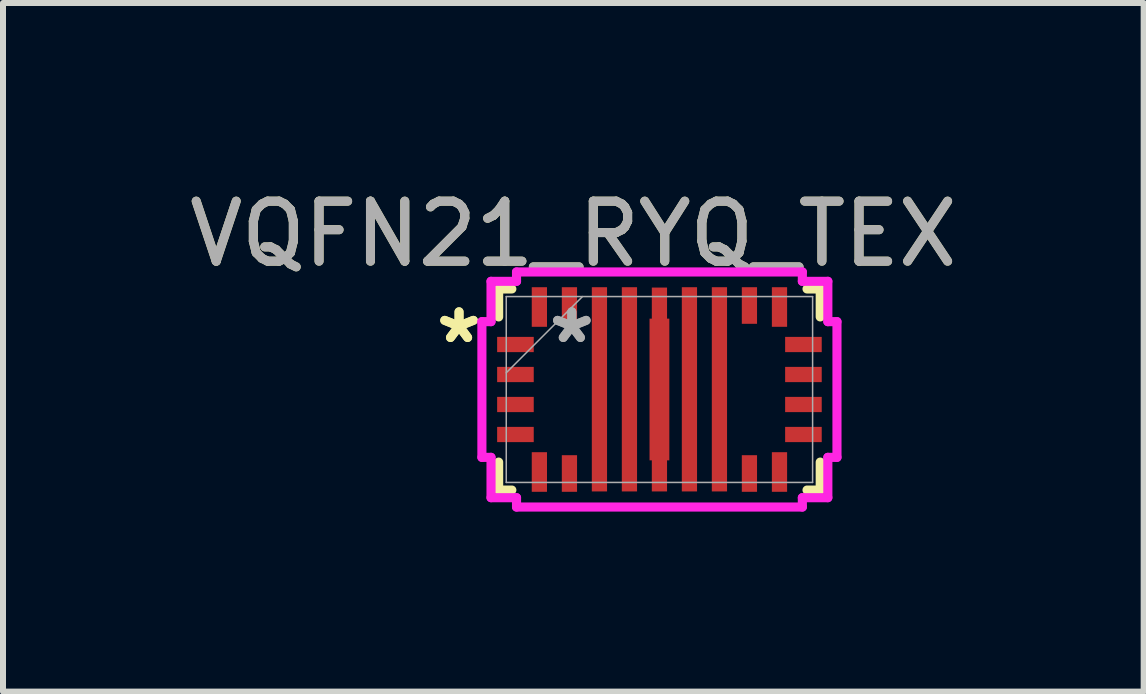
<source format=kicad_pcb>
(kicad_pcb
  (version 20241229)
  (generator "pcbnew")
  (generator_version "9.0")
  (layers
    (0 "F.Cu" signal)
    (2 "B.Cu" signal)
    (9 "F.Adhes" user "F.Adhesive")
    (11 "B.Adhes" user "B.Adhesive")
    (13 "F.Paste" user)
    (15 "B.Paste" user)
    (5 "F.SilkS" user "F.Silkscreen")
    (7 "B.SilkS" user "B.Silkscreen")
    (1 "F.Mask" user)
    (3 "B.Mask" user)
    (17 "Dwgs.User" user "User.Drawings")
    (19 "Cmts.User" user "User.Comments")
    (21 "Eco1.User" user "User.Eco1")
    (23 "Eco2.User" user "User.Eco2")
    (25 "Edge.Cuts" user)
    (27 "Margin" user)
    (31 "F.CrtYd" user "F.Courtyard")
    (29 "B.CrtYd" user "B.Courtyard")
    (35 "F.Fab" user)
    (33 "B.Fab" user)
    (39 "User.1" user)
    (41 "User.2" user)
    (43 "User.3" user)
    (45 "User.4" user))
  (footprint "VQFN21_RYQ_TEX"
    (layer "F.Cu")
    (at 7.941 3.442)
    (property "Reference" "VQFN21_RYQ_TEX" (at -1.435 -2.594 0) (unlocked yes) (layer "F.SilkS") (effects (font (size 1 1) (thickness 0.15))))
    (attr smd)
    (fp_poly (pts (xy -0.127 -1.699) (xy -0.127 -1.181) (xy -0.165 -1.181) (xy -0.165 1.181) (xy -0.127 1.181) (xy -0.127 1.699) (xy 0.127 1.699) (xy 0.127 1.181) (xy 0.165 1.181) (xy 0.165 -1.181) (xy 0.127 -1.181) (xy 0.127 -1.699)) (stroke (width 0) (type solid)) (fill yes) (layer "F.Cu"))
    (fp_poly (pts (xy -0.127 -1.699) (xy -0.127 -1.181) (xy -0.165 -1.181) (xy -0.165 1.181) (xy -0.127 1.181) (xy -0.127 1.699) (xy 0.127 1.699) (xy 0.127 1.181) (xy 0.165 1.181) (xy 0.165 -1.181) (xy 0.127 -1.181) (xy 0.127 -1.699)) (stroke (width 0) (type solid)) (fill yes) (layer "F.Mask"))
    (fp_line (start -2.68 -1.676) (end -2.68 -1.21) (stroke (width 0.152) (type solid)) (layer "F.SilkS"))
    (fp_line (start -2.68 1.21) (end -2.68 1.676) (stroke (width 0.152) (type solid)) (layer "F.SilkS"))
    (fp_line (start -2.68 1.676) (end -2.46 1.676) (stroke (width 0.152) (type solid)) (layer "F.SilkS"))
    (fp_line (start -2.46 -1.676) (end -2.68 -1.676) (stroke (width 0.152) (type solid)) (layer "F.SilkS"))
    (fp_line (start 2.46 1.676) (end 2.68 1.676) (stroke (width 0.152) (type solid)) (layer "F.SilkS"))
    (fp_line (start 2.68 -1.676) (end 2.46 -1.676) (stroke (width 0.152) (type solid)) (layer "F.SilkS"))
    (fp_line (start 2.68 -1.21) (end 2.68 -1.676) (stroke (width 0.152) (type solid)) (layer "F.SilkS"))
    (fp_line (start 2.68 1.676) (end 2.68 1.21) (stroke (width 0.152) (type solid)) (layer "F.SilkS"))
    (fp_poly (pts (xy -0.127 -1.699) (xy -0.127 -1.181) (xy -0.165 -1.181) (xy -0.165 1.181) (xy -0.127 1.181) (xy -0.127 1.699) (xy 0.127 1.699) (xy 0.127 1.181) (xy 0.165 1.181) (xy 0.165 -1.181) (xy 0.127 -1.181) (xy 0.127 -1.699)) (stroke (width 0) (type solid)) (fill yes) (layer "F.Paste"))
    (fp_poly (pts (xy 0.127 -1.705) (xy 0.127 -1.181) (xy 0.165 -1.181) (xy 0.165 1.181) (xy 0.127 1.181) (xy 0.127 1.699) (xy -0.127 1.699) (xy -0.127 1.181) (xy -0.165 1.181) (xy -0.165 -1.181) (xy -0.127 -1.181) (xy -0.127 -1.705)) (stroke (width 0) (type solid)) (fill yes) (layer "F.Paste"))
    (fp_poly (pts (xy 0.127 -1.705) (xy 0.127 -1.181) (xy 0.165 -1.181) (xy 0.165 1.181) (xy 0.127 1.181) (xy 0.127 1.699) (xy -0.127 1.699) (xy -0.127 1.181) (xy -0.165 1.181) (xy -0.165 -1.181) (xy -0.127 -1.181) (xy -0.127 -1.705)) (stroke (width 0) (type solid)) (fill yes) (layer "F.Paste"))
    (fp_line (start -2.959 -1.131) (end -2.807 -1.131) (stroke (width 0.152) (type solid)) (layer "F.CrtYd"))
    (fp_line (start -2.959 1.131) (end -2.959 -1.131) (stroke (width 0.152) (type solid)) (layer "F.CrtYd"))
    (fp_line (start -2.807 -1.803) (end -2.382 -1.803) (stroke (width 0.152) (type solid)) (layer "F.CrtYd"))
    (fp_line (start -2.807 -1.131) (end -2.807 -1.803) (stroke (width 0.152) (type solid)) (layer "F.CrtYd"))
    (fp_line (start -2.807 1.131) (end -2.959 1.131) (stroke (width 0.152) (type solid)) (layer "F.CrtYd"))
    (fp_line (start -2.807 1.803) (end -2.807 1.131) (stroke (width 0.152) (type solid)) (layer "F.CrtYd"))
    (fp_line (start -2.382 -1.959) (end 2.382 -1.959) (stroke (width 0.152) (type solid)) (layer "F.CrtYd"))
    (fp_line (start -2.382 -1.803) (end -2.382 -1.959) (stroke (width 0.152) (type solid)) (layer "F.CrtYd"))
    (fp_line (start -2.382 1.803) (end -2.807 1.803) (stroke (width 0.152) (type solid)) (layer "F.CrtYd"))
    (fp_line (start -2.382 1.959) (end -2.382 1.803) (stroke (width 0.152) (type solid)) (layer "F.CrtYd"))
    (fp_line (start 2.382 -1.959) (end 2.382 -1.803) (stroke (width 0.152) (type solid)) (layer "F.CrtYd"))
    (fp_line (start 2.382 -1.803) (end 2.807 -1.803) (stroke (width 0.152) (type solid)) (layer "F.CrtYd"))
    (fp_line (start 2.382 1.803) (end 2.382 1.959) (stroke (width 0.152) (type solid)) (layer "F.CrtYd"))
    (fp_line (start 2.382 1.959) (end -2.382 1.959) (stroke (width 0.152) (type solid)) (layer "F.CrtYd"))
    (fp_line (start 2.807 -1.803) (end 2.807 -1.131) (stroke (width 0.152) (type solid)) (layer "F.CrtYd"))
    (fp_line (start 2.807 -1.131) (end 2.959 -1.131) (stroke (width 0.152) (type solid)) (layer "F.CrtYd"))
    (fp_line (start 2.807 1.131) (end 2.807 1.803) (stroke (width 0.152) (type solid)) (layer "F.CrtYd"))
    (fp_line (start 2.807 1.803) (end 2.382 1.803) (stroke (width 0.152) (type solid)) (layer "F.CrtYd"))
    (fp_line (start 2.959 -1.131) (end 2.959 1.131) (stroke (width 0.152) (type solid)) (layer "F.CrtYd"))
    (fp_line (start 2.959 1.131) (end 2.807 1.131) (stroke (width 0.152) (type solid)) (layer "F.CrtYd"))
    (fp_line (start -2.553 -1.549) (end -2.553 1.549) (stroke (width 0.025) (type solid)) (layer "F.Fab"))
    (fp_line (start -2.553 -0.279) (end -1.283 -1.549) (stroke (width 0.025) (type solid)) (layer "F.Fab"))
    (fp_line (start -2.553 1.549) (end 2.553 1.549) (stroke (width 0.025) (type solid)) (layer "F.Fab"))
    (fp_line (start 2.553 -1.549) (end -2.553 -1.549) (stroke (width 0.025) (type solid)) (layer "F.Fab"))
    (fp_line (start 2.553 1.549) (end 2.553 -1.549) (stroke (width 0.025) (type solid)) (layer "F.Fab"))
    (fp_text user "*" (at -3.34 -0.75 0) (layer "F.SilkS") (effects (font (size 1 1) (thickness 0.15))))
    (fp_text user "*" (at -3.34 -0.75 0) (unlocked yes) (layer "F.SilkS") (effects (font (size 1 1) (thickness 0.15))))
    (fp_text user "*" (at -1.46 -0.75 0) (layer "F.Fab") (effects (font (size 1 1) (thickness 0.15))))
    (fp_text user "${REFERENCE}" (at -1.435 -2.594 0) (unlocked yes) (layer "F.Fab") (effects (font (size 1 1) (thickness 0.15))))
    (fp_text user "*" (at -1.46 -0.75 0) (unlocked yes) (layer "F.Fab") (effects (font (size 1 1) (thickness 0.15))))
    (pad "1" smd rect (at -2.4 -0.75) (size 0.61 0.254) (layers "F.Cu" "F.Mask" "F.Paste"))
    (pad "2" smd rect (at -2.4 -0.25) (size 0.61 0.254) (layers "F.Cu" "F.Mask" "F.Paste"))
    (pad "3" smd rect (at -2.4 0.25) (size 0.61 0.254) (layers "F.Cu" "F.Mask" "F.Paste"))
    (pad "4" smd rect (at -2.4 0.75) (size 0.61 0.254) (layers "F.Cu" "F.Mask" "F.Paste"))
    (pad "5" smd rect (at -2.001 1.375) (size 0.254 0.66) (layers "F.Cu" "F.Mask" "F.Paste"))
    (pad "6" smd rect (at -1.5 1.4 90) (size 0.61 0.254) (layers "F.Cu" "F.Mask" "F.Paste"))
    (pad "7" smd rect (at -1 -0.003) (size 0.254 3.404) (layers "F.Cu" "F.Mask" "F.Paste"))
    (pad "8" smd rect (at -0.5 -0.003) (size 0.254 3.404) (layers "F.Cu" "F.Mask" "F.Paste"))
    (pad "9" smd rect (at 0 -0.003) (size 0.127 0.127) (layers "F.Cu" "F.Mask" "F.Paste"))
    (pad "10" smd rect (at 0.5 -0.003) (size 0.254 3.404) (layers "F.Cu" "F.Mask" "F.Paste"))
    (pad "11" smd rect (at 1 -0.003) (size 0.254 3.404) (layers "F.Cu" "F.Mask" "F.Paste"))
    (pad "12" smd rect (at 1.5 1.4 90) (size 0.61 0.254) (layers "F.Cu" "F.Mask" "F.Paste"))
    (pad "13" smd rect (at 2.001 1.375) (size 0.254 0.66) (layers "F.Cu" "F.Mask" "F.Paste"))
    (pad "14" smd rect (at 2.4 0.75) (size 0.61 0.254) (layers "F.Cu" "F.Mask" "F.Paste"))
    (pad "15" smd rect (at 2.4 0.25) (size 0.61 0.254) (layers "F.Cu" "F.Mask" "F.Paste"))
    (pad "16" smd rect (at 2.4 -0.25) (size 0.61 0.254) (layers "F.Cu" "F.Mask" "F.Paste"))
    (pad "17" smd rect (at 2.4 -0.75) (size 0.61 0.254) (layers "F.Cu" "F.Mask" "F.Paste"))
    (pad "18" smd rect (at 2.001 -1.375) (size 0.254 0.66) (layers "F.Cu" "F.Mask" "F.Paste"))
    (pad "19" smd rect (at 1.5 -1.4 90) (size 0.61 0.254) (layers "F.Cu" "F.Mask" "F.Paste"))
    (pad "20" smd rect (at -1.5 -1.4 90) (size 0.61 0.254) (layers "F.Cu" "F.Mask" "F.Paste"))
    (pad "21" smd rect (at -2.001 -1.375) (size 0.254 0.66) (layers "F.Cu" "F.Mask" "F.Paste")))
  (gr_rect
    (start -3 -3)
    (end 16.012 8.477)
    (stroke (width 0.1) (type default))
    (fill no)
    (layer "Edge.Cuts")))
</source>
